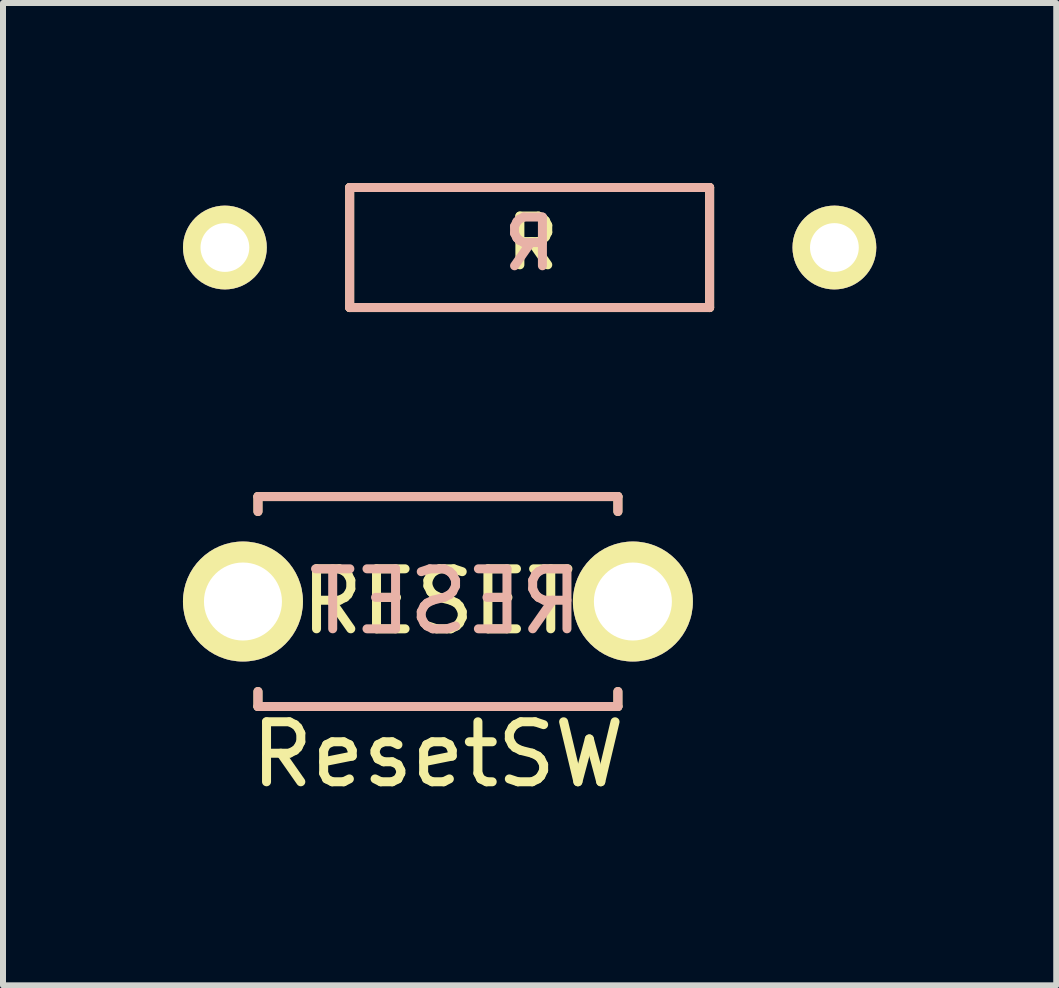
<source format=kicad_pcb>
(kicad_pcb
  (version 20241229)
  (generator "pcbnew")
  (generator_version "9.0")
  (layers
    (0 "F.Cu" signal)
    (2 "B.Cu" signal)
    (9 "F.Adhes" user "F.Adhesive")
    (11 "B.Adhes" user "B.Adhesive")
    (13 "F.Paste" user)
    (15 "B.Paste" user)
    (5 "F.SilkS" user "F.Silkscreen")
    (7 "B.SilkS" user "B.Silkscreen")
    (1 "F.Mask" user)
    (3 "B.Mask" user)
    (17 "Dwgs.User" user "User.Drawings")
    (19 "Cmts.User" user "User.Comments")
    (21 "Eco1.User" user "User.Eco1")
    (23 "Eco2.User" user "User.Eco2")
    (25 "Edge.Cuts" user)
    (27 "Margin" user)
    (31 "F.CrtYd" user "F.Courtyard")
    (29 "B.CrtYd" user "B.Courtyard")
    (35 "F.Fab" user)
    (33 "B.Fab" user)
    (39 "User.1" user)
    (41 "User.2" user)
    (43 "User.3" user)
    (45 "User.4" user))
  (footprint "R"
    (layer "F.Cu")
    (at 5.779 1.076)
    (property "Reference" "R" (at 0.05 -0.08 0) (layer "F.SilkS") (effects (font (size 0.813 0.813) (thickness 0.15))))
    (attr through_hole)
    (fp_line (start -3 -1.001) (end -3 1.001) (stroke (width 0.15) (type solid)) (layer "F.SilkS"))
    (fp_line (start -3 1.001) (end 3 1.001) (stroke (width 0.15) (type solid)) (layer "F.SilkS"))
    (fp_line (start 3 -1.001) (end -3 -1.001) (stroke (width 0.15) (type solid)) (layer "F.SilkS"))
    (fp_line (start 3 1.001) (end 3 -1.001) (stroke (width 0.15) (type solid)) (layer "F.SilkS"))
    (fp_line (start -3 -1) (end 3 -1) (stroke (width 0.15) (type solid)) (layer "B.SilkS"))
    (fp_line (start -3 1) (end -3 -1) (stroke (width 0.15) (type solid)) (layer "B.SilkS"))
    (fp_line (start 3 -1) (end 3 1) (stroke (width 0.15) (type solid)) (layer "B.SilkS"))
    (fp_line (start 3 1) (end -3 1) (stroke (width 0.15) (type solid)) (layer "B.SilkS"))
    (fp_text user "${REFERENCE}" (at 0 -0.064 0) (layer "B.SilkS") (effects (font (size 0.813 0.813) (thickness 0.15)) (justify mirror)))
    (pad "1" thru_hole circle (at -5.08 0) (size 1.397 1.397) (drill 0.813) (layers "*.Cu" "*.Mask" "F.SilkS"))
    (pad "2" thru_hole circle (at 5.08 0) (size 1.397 1.397) (drill 0.813) (layers "*.Cu" "*.Mask" "F.SilkS")))
  (footprint "ResetSW"
    (layer "F.Cu")
    (at 4.25 6.977)
    (property "Reference" "ResetSW" (at 0 2.55 0) (layer "F.SilkS") (effects (font (size 1 1) (thickness 0.15))))
    (attr through_hole)
    (fp_line (start -3 -1.75) (end -3 -1.5) (stroke (width 0.15) (type solid)) (layer "F.SilkS"))
    (fp_line (start -3 -1.75) (end 3 -1.75) (stroke (width 0.15) (type solid)) (layer "F.SilkS"))
    (fp_line (start -3 1.75) (end -3 1.5) (stroke (width 0.15) (type solid)) (layer "F.SilkS"))
    (fp_line (start -3 1.75) (end 3 1.75) (stroke (width 0.15) (type solid)) (layer "F.SilkS"))
    (fp_line (start 3 -1.75) (end 3 -1.5) (stroke (width 0.15) (type solid)) (layer "F.SilkS"))
    (fp_line (start 3 1.75) (end 3 1.5) (stroke (width 0.15) (type solid)) (layer "F.SilkS"))
    (fp_line (start -3 -1.75) (end 3 -1.75) (stroke (width 0.15) (type solid)) (layer "B.SilkS"))
    (fp_line (start -3 -1.5) (end -3 -1.75) (stroke (width 0.15) (type solid)) (layer "B.SilkS"))
    (fp_line (start -3 1.75) (end -3 1.5) (stroke (width 0.15) (type solid)) (layer "B.SilkS"))
    (fp_line (start 3 -1.75) (end 3 -1.5) (stroke (width 0.15) (type solid)) (layer "B.SilkS"))
    (fp_line (start 3 1.5) (end 3 1.75) (stroke (width 0.15) (type solid)) (layer "B.SilkS"))
    (fp_line (start 3 1.75) (end -3 1.75) (stroke (width 0.15) (type solid)) (layer "B.SilkS"))
    (fp_text user "RESET" (at 0 0 0) (layer "F.SilkS") (effects (font (size 1 1) (thickness 0.15))))
    (fp_text user "RESET" (at 0.127 0 0) (layer "B.SilkS") (effects (font (size 1 1) (thickness 0.15)) (justify mirror)))
    (pad "1" thru_hole circle (at 3.25 0) (size 2 2) (drill 1.3) (layers "*.Cu" "*.Mask" "F.SilkS"))
    (pad "2" thru_hole circle (at -3.25 0) (size 2 2) (drill 1.3) (layers "*.Cu" "*.Mask" "F.SilkS")))
  (gr_rect
    (start -3 -3)
    (end 14.557 13.375)
    (stroke (width 0.1) (type default))
    (fill no)
    (layer "Edge.Cuts")))
</source>
